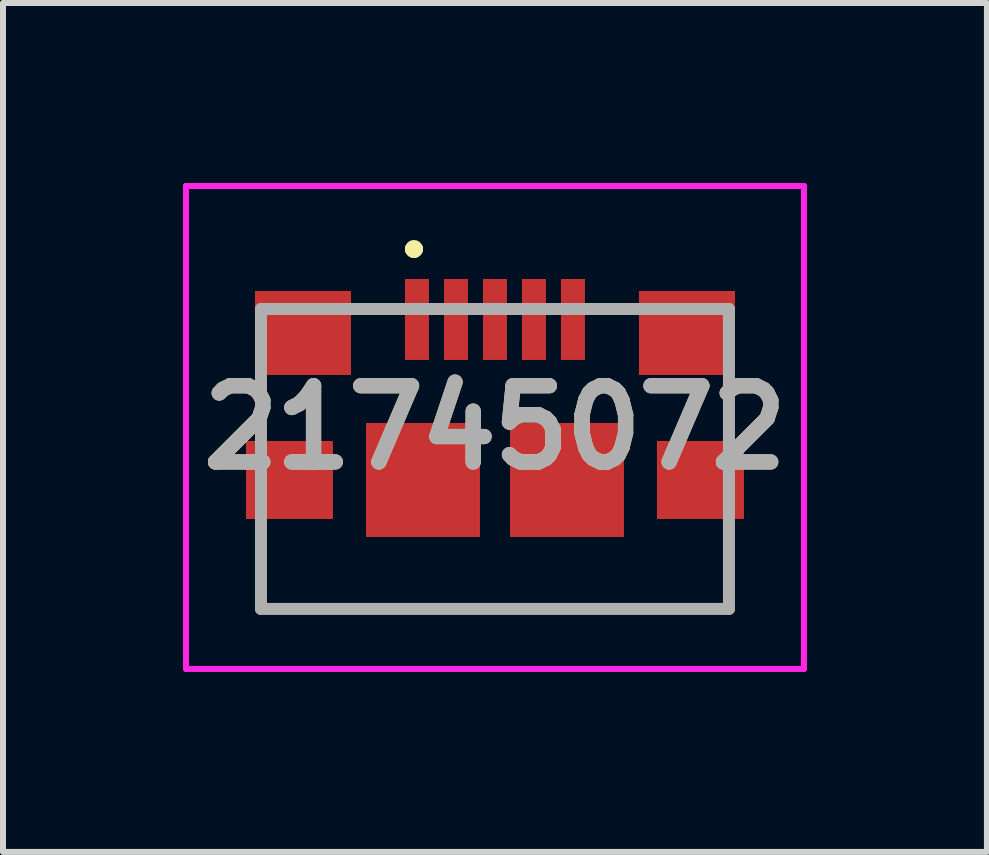
<source format=kicad_pcb>
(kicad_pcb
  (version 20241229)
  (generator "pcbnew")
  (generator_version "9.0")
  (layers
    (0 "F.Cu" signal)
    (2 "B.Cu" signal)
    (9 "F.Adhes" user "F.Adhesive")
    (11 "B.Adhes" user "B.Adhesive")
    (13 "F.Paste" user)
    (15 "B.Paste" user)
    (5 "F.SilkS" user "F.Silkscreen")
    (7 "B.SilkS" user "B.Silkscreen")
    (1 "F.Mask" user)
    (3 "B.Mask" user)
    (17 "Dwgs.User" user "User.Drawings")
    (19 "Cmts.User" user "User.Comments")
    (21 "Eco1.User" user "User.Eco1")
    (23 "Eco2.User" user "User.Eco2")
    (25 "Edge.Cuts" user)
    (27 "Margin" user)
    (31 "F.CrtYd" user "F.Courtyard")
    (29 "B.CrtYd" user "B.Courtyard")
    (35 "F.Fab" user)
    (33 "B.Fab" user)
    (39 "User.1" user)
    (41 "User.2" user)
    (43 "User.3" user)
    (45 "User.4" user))
  (footprint "21745072"
    (layer "F.Cu")
    (at 5.2 4.6)
    (property "Reference" "21745072" (at 0 -0.525 0) (layer "F.SilkS") (effects (font (size 1.27 1.27) (thickness 0.254))))
    (attr smd)
    (fp_line (start -3.9 1.5) (end -3.9 1.5) (stroke (width 0.1) (type solid)) (layer "F.SilkS"))
    (fp_line (start -3.9 1.5) (end -3.9 2.5) (stroke (width 0.1) (type solid)) (layer "F.SilkS"))
    (fp_line (start -3.9 2.5) (end -3.9 1.5) (stroke (width 0.1) (type solid)) (layer "F.SilkS"))
    (fp_line (start -3.9 2.5) (end -3.9 2.5) (stroke (width 0.1) (type solid)) (layer "F.SilkS"))
    (fp_line (start -3.9 2.5) (end -3.9 2.5) (stroke (width 0.1) (type solid)) (layer "F.SilkS"))
    (fp_line (start -3.9 2.5) (end 3.9 2.5) (stroke (width 0.1) (type solid)) (layer "F.SilkS"))
    (fp_line (start -1.4 -3.5) (end -1.4 -3.5) (stroke (width 0.2) (type solid)) (layer "F.SilkS"))
    (fp_line (start -1.4 -3.5) (end -1.4 -3.5) (stroke (width 0.2) (type solid)) (layer "F.SilkS"))
    (fp_line (start -1.3 -3.5) (end -1.3 -3.5) (stroke (width 0.2) (type solid)) (layer "F.SilkS"))
    (fp_line (start 3.9 1.75) (end 3.9 1.75) (stroke (width 0.1) (type solid)) (layer "F.SilkS"))
    (fp_line (start 3.9 1.75) (end 3.9 2.5) (stroke (width 0.1) (type solid)) (layer "F.SilkS"))
    (fp_line (start 3.9 2.5) (end -3.9 2.5) (stroke (width 0.1) (type solid)) (layer "F.SilkS"))
    (fp_line (start 3.9 2.5) (end 3.9 1.75) (stroke (width 0.1) (type solid)) (layer "F.SilkS"))
    (fp_line (start 3.9 2.5) (end 3.9 2.5) (stroke (width 0.1) (type solid)) (layer "F.SilkS"))
    (fp_line (start 3.9 2.5) (end 3.9 2.5) (stroke (width 0.1) (type solid)) (layer "F.SilkS"))
    (fp_arc (start -1.4 -3.5) (mid -1.35 -3.55) (end -1.3 -3.5) (stroke (width 0.2) (type solid)) (layer "F.SilkS"))
    (fp_arc (start -1.3 -3.5) (mid -1.35 -3.45) (end -1.4 -3.5) (stroke (width 0.2) (type solid)) (layer "F.SilkS"))
    (fp_arc (start -1.3 -3.5) (mid -1.35 -3.45) (end -1.4 -3.5) (stroke (width 0.2) (type solid)) (layer "F.SilkS"))
    (fp_line (start -5.15 -4.55) (end 5.15 -4.55) (stroke (width 0.1) (type solid)) (layer "F.CrtYd"))
    (fp_line (start -5.15 3.5) (end -5.15 -4.55) (stroke (width 0.1) (type solid)) (layer "F.CrtYd"))
    (fp_line (start 5.15 -4.55) (end 5.15 3.5) (stroke (width 0.1) (type solid)) (layer "F.CrtYd"))
    (fp_line (start 5.15 3.5) (end -5.15 3.5) (stroke (width 0.1) (type solid)) (layer "F.CrtYd"))
    (fp_line (start -3.9 -2.5) (end -3.9 2.5) (stroke (width 0.2) (type solid)) (layer "F.Fab"))
    (fp_line (start -3.9 2.5) (end 3.9 2.5) (stroke (width 0.2) (type solid)) (layer "F.Fab"))
    (fp_line (start 3.9 -2.5) (end -3.9 -2.5) (stroke (width 0.2) (type solid)) (layer "F.Fab"))
    (fp_line (start 3.9 2.5) (end 3.9 -2.5) (stroke (width 0.2) (type solid)) (layer "F.Fab"))
    (fp_text user "${REFERENCE}" (at 0 -0.525 0) (layer "F.Fab") (effects (font (size 1.27 1.27) (thickness 0.254))))
    (pad "1" smd rect (at -1.3 -2.325) (size 0.4 1.35) (layers "F.Cu" "F.Mask" "F.Paste"))
    (pad "2" smd rect (at -0.65 -2.325) (size 0.4 1.35) (layers "F.Cu" "F.Mask" "F.Paste"))
    (pad "3" smd rect (at 0 -2.325) (size 0.4 1.35) (layers "F.Cu" "F.Mask" "F.Paste"))
    (pad "4" smd rect (at 0.65 -2.325) (size 0.4 1.35) (layers "F.Cu" "F.Mask" "F.Paste"))
    (pad "5" smd rect (at 1.3 -2.325) (size 0.4 1.35) (layers "F.Cu" "F.Mask" "F.Paste"))
    (pad "MP1" smd rect (at -3.425 0.35 90) (size 1.3 1.45) (layers "F.Cu" "F.Mask" "F.Paste"))
    (pad "MP2" smd rect (at 3.425 0.35 90) (size 1.3 1.45) (layers "F.Cu" "F.Mask" "F.Paste"))
    (pad "MP3" smd rect (at -3.2 -2.1 90) (size 1.4 1.6) (layers "F.Cu" "F.Mask" "F.Paste"))
    (pad "MP4" smd rect (at 3.2 -2.1 90) (size 1.4 1.6) (layers "F.Cu" "F.Mask" "F.Paste"))
    (pad "MP5" smd rect (at -1.2 0.35 90) (size 1.9 1.9) (layers "F.Cu" "F.Mask" "F.Paste"))
    (pad "MP6" smd rect (at 1.2 0.35 90) (size 1.9 1.9) (layers "F.Cu" "F.Mask" "F.Paste")))
  (gr_rect
    (start -3 -3)
    (end 13.4 11.15)
    (stroke (width 0.1) (type default))
    (fill no)
    (layer "Edge.Cuts")))
</source>
